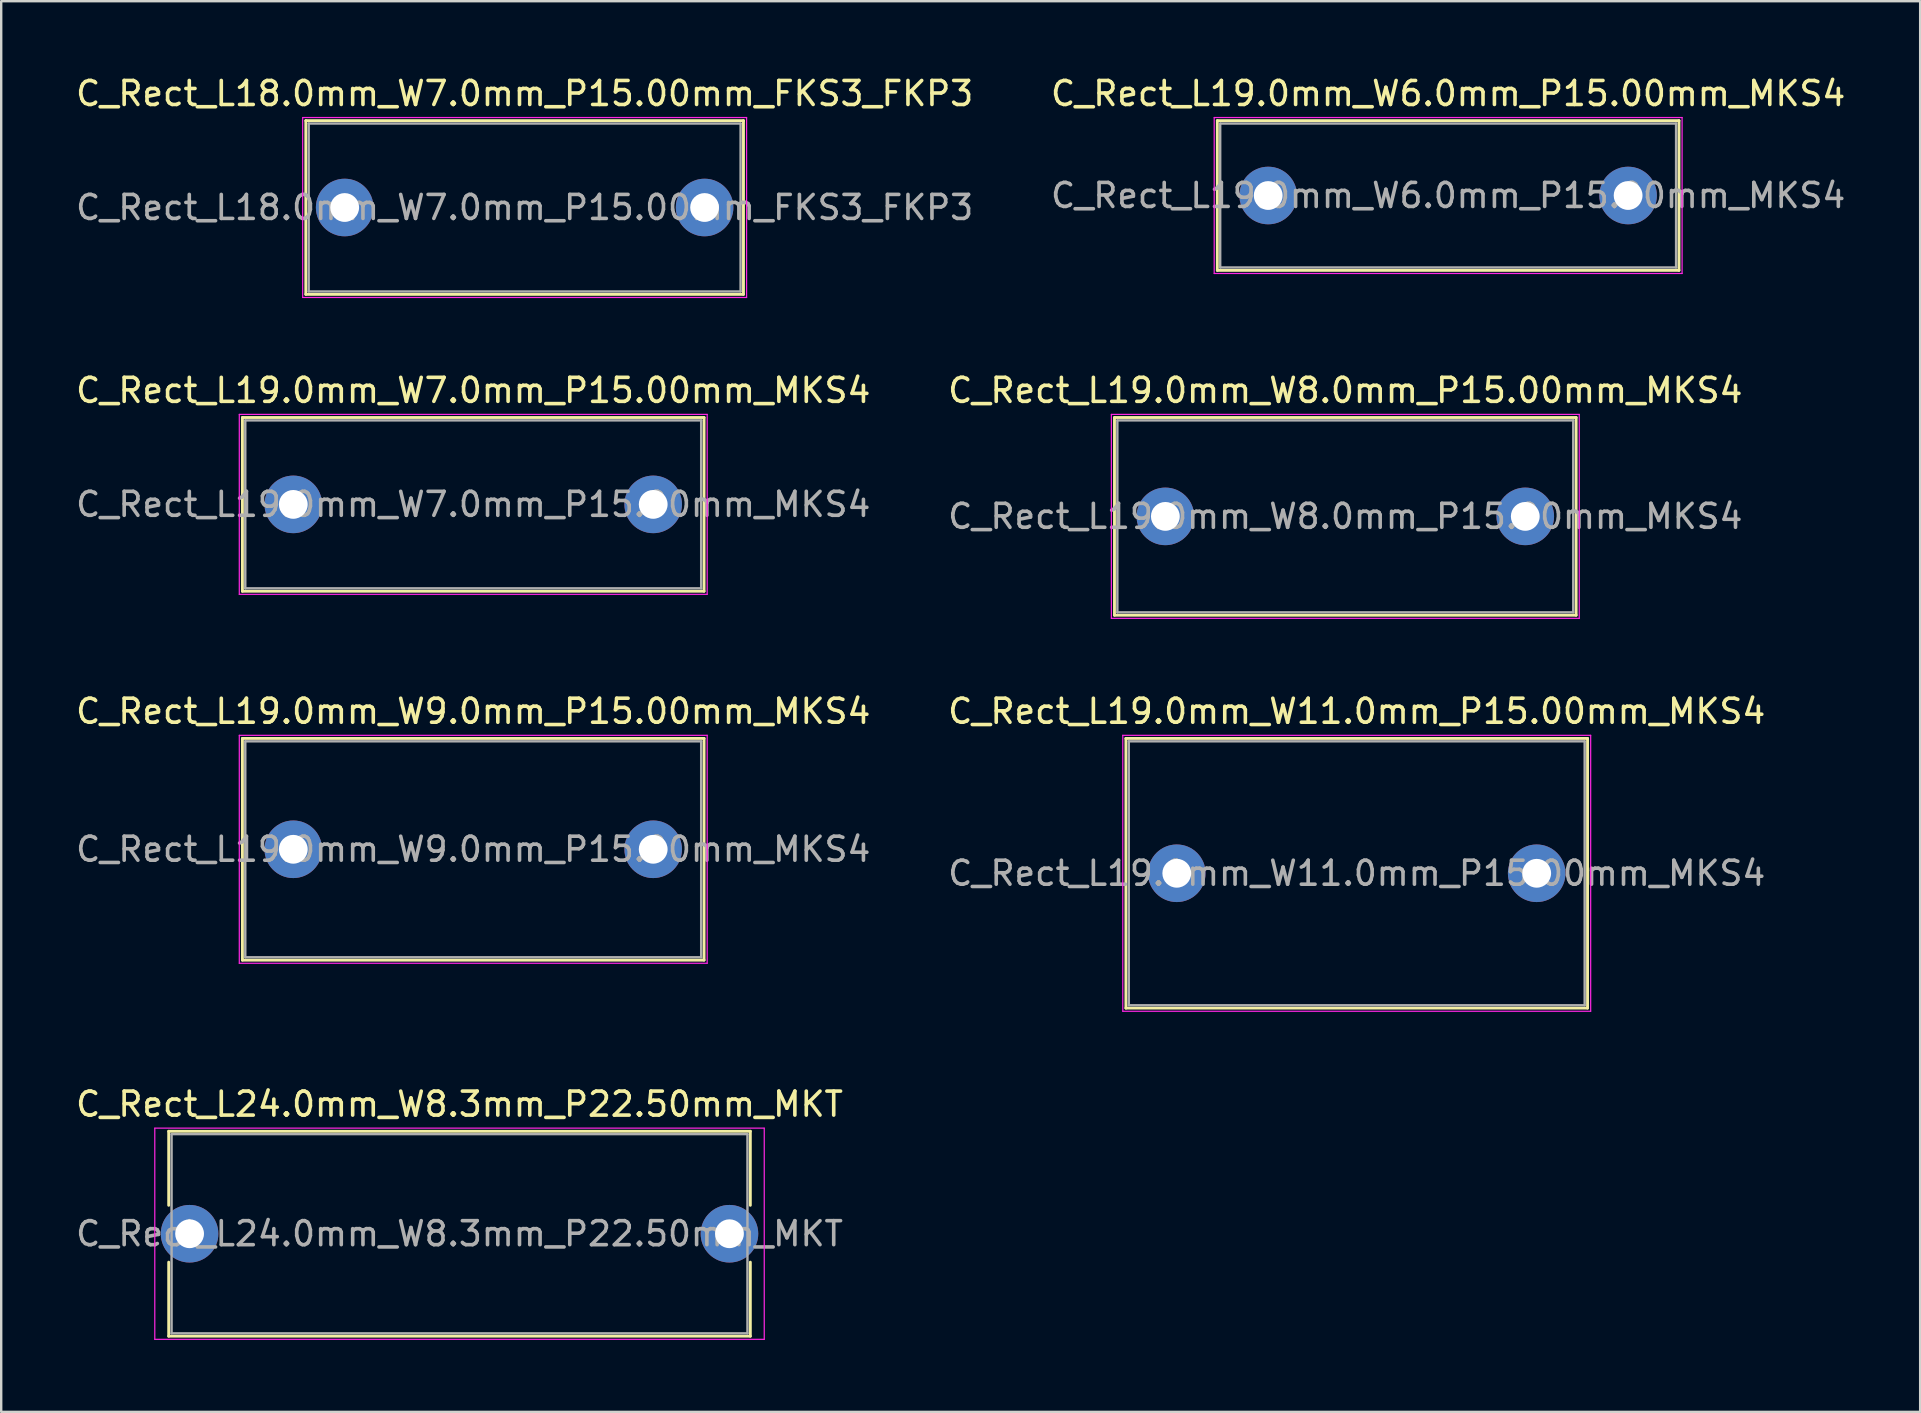
<source format=kicad_pcb>
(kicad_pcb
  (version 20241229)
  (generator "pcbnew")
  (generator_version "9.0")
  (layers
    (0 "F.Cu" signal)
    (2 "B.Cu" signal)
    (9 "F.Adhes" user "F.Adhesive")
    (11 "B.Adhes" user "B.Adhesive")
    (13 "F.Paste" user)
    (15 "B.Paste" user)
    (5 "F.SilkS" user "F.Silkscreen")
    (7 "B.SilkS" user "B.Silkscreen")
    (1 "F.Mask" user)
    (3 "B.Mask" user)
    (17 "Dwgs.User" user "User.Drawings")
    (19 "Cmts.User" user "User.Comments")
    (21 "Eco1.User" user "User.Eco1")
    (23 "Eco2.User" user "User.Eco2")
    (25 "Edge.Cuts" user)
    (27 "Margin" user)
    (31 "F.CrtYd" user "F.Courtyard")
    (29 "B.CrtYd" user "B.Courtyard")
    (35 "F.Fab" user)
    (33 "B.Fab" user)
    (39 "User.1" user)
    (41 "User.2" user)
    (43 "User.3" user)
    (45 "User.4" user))
  (footprint "C_Rect_L18.0mm_W7.0mm_P15.00mm_FKS3_FKP3"
    (layer "F.Cu")
    (at 11.315 5.598)
    (property "Reference" "C_Rect_L18.0mm_W7.0mm_P15.00mm_FKS3_FKP3" (at 7.5 -4.75 0) (layer "F.SilkS") (effects (font (size 1 1) (thickness 0.15))))
    (attr through_hole)
    (fp_line (start -1.62 -3.62) (end -1.62 3.62) (stroke (width 0.12) (type solid)) (layer "F.SilkS"))
    (fp_line (start -1.62 -3.62) (end 16.62 -3.62) (stroke (width 0.12) (type solid)) (layer "F.SilkS"))
    (fp_line (start -1.62 3.62) (end 16.62 3.62) (stroke (width 0.12) (type solid)) (layer "F.SilkS"))
    (fp_line (start 16.62 -3.62) (end 16.62 3.62) (stroke (width 0.12) (type solid)) (layer "F.SilkS"))
    (fp_line (start -1.75 -3.75) (end -1.75 3.75) (stroke (width 0.05) (type solid)) (layer "F.CrtYd"))
    (fp_line (start -1.75 3.75) (end 16.75 3.75) (stroke (width 0.05) (type solid)) (layer "F.CrtYd"))
    (fp_line (start 16.75 -3.75) (end -1.75 -3.75) (stroke (width 0.05) (type solid)) (layer "F.CrtYd"))
    (fp_line (start 16.75 3.75) (end 16.75 -3.75) (stroke (width 0.05) (type solid)) (layer "F.CrtYd"))
    (fp_line (start -1.5 -3.5) (end -1.5 3.5) (stroke (width 0.1) (type solid)) (layer "F.Fab"))
    (fp_line (start -1.5 3.5) (end 16.5 3.5) (stroke (width 0.1) (type solid)) (layer "F.Fab"))
    (fp_line (start 16.5 -3.5) (end -1.5 -3.5) (stroke (width 0.1) (type solid)) (layer "F.Fab"))
    (fp_line (start 16.5 3.5) (end 16.5 -3.5) (stroke (width 0.1) (type solid)) (layer "F.Fab"))
    (fp_text user "${REFERENCE}" (at 7.5 0 0) (layer "F.Fab") (effects (font (size 1 1) (thickness 0.15))))
    (pad "1" thru_hole circle (at 0 0) (size 2.4 2.4) (drill 1.2) (layers "*.Cu" "*.Mask"))
    (pad "2" thru_hole circle (at 15 0) (size 2.4 2.4) (drill 1.2) (layers "*.Cu" "*.Mask")))
  (footprint "C_Rect_L19.0mm_W9.0mm_P15.00mm_MKS4"
    (layer "F.Cu")
    (at 9.173 32.345)
    (property "Reference" "C_Rect_L19.0mm_W9.0mm_P15.00mm_MKS4" (at 7.5 -5.75 0) (layer "F.SilkS") (effects (font (size 1 1) (thickness 0.15))))
    (attr through_hole)
    (fp_line (start -2.12 -4.62) (end -2.12 4.62) (stroke (width 0.12) (type solid)) (layer "F.SilkS"))
    (fp_line (start -2.12 -4.62) (end 17.12 -4.62) (stroke (width 0.12) (type solid)) (layer "F.SilkS"))
    (fp_line (start -2.12 4.62) (end 17.12 4.62) (stroke (width 0.12) (type solid)) (layer "F.SilkS"))
    (fp_line (start 17.12 -4.62) (end 17.12 4.62) (stroke (width 0.12) (type solid)) (layer "F.SilkS"))
    (fp_line (start -2.25 -4.75) (end -2.25 4.75) (stroke (width 0.05) (type solid)) (layer "F.CrtYd"))
    (fp_line (start -2.25 4.75) (end 17.25 4.75) (stroke (width 0.05) (type solid)) (layer "F.CrtYd"))
    (fp_line (start 17.25 -4.75) (end -2.25 -4.75) (stroke (width 0.05) (type solid)) (layer "F.CrtYd"))
    (fp_line (start 17.25 4.75) (end 17.25 -4.75) (stroke (width 0.05) (type solid)) (layer "F.CrtYd"))
    (fp_line (start -2 -4.5) (end -2 4.5) (stroke (width 0.1) (type solid)) (layer "F.Fab"))
    (fp_line (start -2 4.5) (end 17 4.5) (stroke (width 0.1) (type solid)) (layer "F.Fab"))
    (fp_line (start 17 -4.5) (end -2 -4.5) (stroke (width 0.1) (type solid)) (layer "F.Fab"))
    (fp_line (start 17 4.5) (end 17 -4.5) (stroke (width 0.1) (type solid)) (layer "F.Fab"))
    (fp_text user "${REFERENCE}" (at 7.5 0 0) (layer "F.Fab") (effects (font (size 1 1) (thickness 0.15))))
    (pad "1" thru_hole circle (at 0 0) (size 2.4 2.4) (drill 1.2) (layers "*.Cu" "*.Mask"))
    (pad "2" thru_hole circle (at 15 0) (size 2.4 2.4) (drill 1.2) (layers "*.Cu" "*.Mask")))
  (footprint "C_Rect_L19.0mm_W11.0mm_P15.00mm_MKS4"
    (layer "F.Cu")
    (at 45.994 33.345)
    (property "Reference" "C_Rect_L19.0mm_W11.0mm_P15.00mm_MKS4" (at 7.5 -6.75 0) (layer "F.SilkS") (effects (font (size 1 1) (thickness 0.15))))
    (attr through_hole)
    (fp_line (start -2.12 -5.62) (end -2.12 5.62) (stroke (width 0.12) (type solid)) (layer "F.SilkS"))
    (fp_line (start -2.12 -5.62) (end 17.12 -5.62) (stroke (width 0.12) (type solid)) (layer "F.SilkS"))
    (fp_line (start -2.12 5.62) (end 17.12 5.62) (stroke (width 0.12) (type solid)) (layer "F.SilkS"))
    (fp_line (start 17.12 -5.62) (end 17.12 5.62) (stroke (width 0.12) (type solid)) (layer "F.SilkS"))
    (fp_line (start -2.25 -5.75) (end -2.25 5.75) (stroke (width 0.05) (type solid)) (layer "F.CrtYd"))
    (fp_line (start -2.25 5.75) (end 17.25 5.75) (stroke (width 0.05) (type solid)) (layer "F.CrtYd"))
    (fp_line (start 17.25 -5.75) (end -2.25 -5.75) (stroke (width 0.05) (type solid)) (layer "F.CrtYd"))
    (fp_line (start 17.25 5.75) (end 17.25 -5.75) (stroke (width 0.05) (type solid)) (layer "F.CrtYd"))
    (fp_line (start -2 -5.5) (end -2 5.5) (stroke (width 0.1) (type solid)) (layer "F.Fab"))
    (fp_line (start -2 5.5) (end 17 5.5) (stroke (width 0.1) (type solid)) (layer "F.Fab"))
    (fp_line (start 17 -5.5) (end -2 -5.5) (stroke (width 0.1) (type solid)) (layer "F.Fab"))
    (fp_line (start 17 5.5) (end 17 -5.5) (stroke (width 0.1) (type solid)) (layer "F.Fab"))
    (fp_text user "${REFERENCE}" (at 7.5 0 0) (layer "F.Fab") (effects (font (size 1 1) (thickness 0.15))))
    (pad "1" thru_hole circle (at 0 0) (size 2.4 2.4) (drill 1.2) (layers "*.Cu" "*.Mask"))
    (pad "2" thru_hole circle (at 15 0) (size 2.4 2.4) (drill 1.2) (layers "*.Cu" "*.Mask")))
  (footprint "C_Rect_L24.0mm_W8.3mm_P22.50mm_MKT"
    (layer "F.Cu")
    (at 4.851 48.368)
    (property "Reference" "C_Rect_L24.0mm_W8.3mm_P22.50mm_MKT" (at 11.25 -5.4 0) (layer "F.SilkS") (effects (font (size 1 1) (thickness 0.15))))
    (attr through_hole)
    (fp_line (start -0.87 -4.27) (end -0.87 -1.185) (stroke (width 0.12) (type solid)) (layer "F.SilkS"))
    (fp_line (start -0.87 -4.27) (end 23.37 -4.27) (stroke (width 0.12) (type solid)) (layer "F.SilkS"))
    (fp_line (start -0.87 1.185) (end -0.87 4.27) (stroke (width 0.12) (type solid)) (layer "F.SilkS"))
    (fp_line (start -0.87 4.27) (end 23.37 4.27) (stroke (width 0.12) (type solid)) (layer "F.SilkS"))
    (fp_line (start 23.37 -4.27) (end 23.37 -1.185) (stroke (width 0.12) (type solid)) (layer "F.SilkS"))
    (fp_line (start 23.37 1.185) (end 23.37 4.27) (stroke (width 0.12) (type solid)) (layer "F.SilkS"))
    (fp_line (start -1.45 -4.4) (end -1.45 4.4) (stroke (width 0.05) (type solid)) (layer "F.CrtYd"))
    (fp_line (start -1.45 4.4) (end 23.95 4.4) (stroke (width 0.05) (type solid)) (layer "F.CrtYd"))
    (fp_line (start 23.95 -4.4) (end -1.45 -4.4) (stroke (width 0.05) (type solid)) (layer "F.CrtYd"))
    (fp_line (start 23.95 4.4) (end 23.95 -4.4) (stroke (width 0.05) (type solid)) (layer "F.CrtYd"))
    (fp_line (start -0.75 -4.15) (end -0.75 4.15) (stroke (width 0.1) (type solid)) (layer "F.Fab"))
    (fp_line (start -0.75 4.15) (end 23.25 4.15) (stroke (width 0.1) (type solid)) (layer "F.Fab"))
    (fp_line (start 23.25 -4.15) (end -0.75 -4.15) (stroke (width 0.1) (type solid)) (layer "F.Fab"))
    (fp_line (start 23.25 4.15) (end 23.25 -4.15) (stroke (width 0.1) (type solid)) (layer "F.Fab"))
    (fp_text user "${REFERENCE}" (at 11.25 0 0) (layer "F.Fab") (effects (font (size 1 1) (thickness 0.15))))
    (pad "1" thru_hole circle (at 0 0) (size 2.4 2.4) (drill 1.2) (layers "*.Cu" "*.Mask"))
    (pad "2" thru_hole circle (at 22.5 0) (size 2.4 2.4) (drill 1.2) (layers "*.Cu" "*.Mask")))
  (footprint "C_Rect_L19.0mm_W6.0mm_P15.00mm_MKS4"
    (layer "F.Cu")
    (at 49.804 5.098)
    (property "Reference" "C_Rect_L19.0mm_W6.0mm_P15.00mm_MKS4" (at 7.5 -4.25 0) (layer "F.SilkS") (effects (font (size 1 1) (thickness 0.15))))
    (attr through_hole)
    (fp_line (start -2.12 -3.12) (end -2.12 3.12) (stroke (width 0.12) (type solid)) (layer "F.SilkS"))
    (fp_line (start -2.12 -3.12) (end 17.12 -3.12) (stroke (width 0.12) (type solid)) (layer "F.SilkS"))
    (fp_line (start -2.12 3.12) (end 17.12 3.12) (stroke (width 0.12) (type solid)) (layer "F.SilkS"))
    (fp_line (start 17.12 -3.12) (end 17.12 3.12) (stroke (width 0.12) (type solid)) (layer "F.SilkS"))
    (fp_line (start -2.25 -3.25) (end -2.25 3.25) (stroke (width 0.05) (type solid)) (layer "F.CrtYd"))
    (fp_line (start -2.25 3.25) (end 17.25 3.25) (stroke (width 0.05) (type solid)) (layer "F.CrtYd"))
    (fp_line (start 17.25 -3.25) (end -2.25 -3.25) (stroke (width 0.05) (type solid)) (layer "F.CrtYd"))
    (fp_line (start 17.25 3.25) (end 17.25 -3.25) (stroke (width 0.05) (type solid)) (layer "F.CrtYd"))
    (fp_line (start -2 -3) (end -2 3) (stroke (width 0.1) (type solid)) (layer "F.Fab"))
    (fp_line (start -2 3) (end 17 3) (stroke (width 0.1) (type solid)) (layer "F.Fab"))
    (fp_line (start 17 -3) (end -2 -3) (stroke (width 0.1) (type solid)) (layer "F.Fab"))
    (fp_line (start 17 3) (end 17 -3) (stroke (width 0.1) (type solid)) (layer "F.Fab"))
    (fp_text user "${REFERENCE}" (at 7.5 0 0) (layer "F.Fab") (effects (font (size 1 1) (thickness 0.15))))
    (pad "1" thru_hole circle (at 0 0) (size 2.4 2.4) (drill 1.2) (layers "*.Cu" "*.Mask"))
    (pad "2" thru_hole circle (at 15 0) (size 2.4 2.4) (drill 1.2) (layers "*.Cu" "*.Mask")))
  (footprint "C_Rect_L19.0mm_W7.0mm_P15.00mm_MKS4"
    (layer "F.Cu")
    (at 9.173 17.971)
    (property "Reference" "C_Rect_L19.0mm_W7.0mm_P15.00mm_MKS4" (at 7.5 -4.75 0) (layer "F.SilkS") (effects (font (size 1 1) (thickness 0.15))))
    (attr through_hole)
    (fp_line (start -2.12 -3.62) (end -2.12 3.62) (stroke (width 0.12) (type solid)) (layer "F.SilkS"))
    (fp_line (start -2.12 -3.62) (end 17.12 -3.62) (stroke (width 0.12) (type solid)) (layer "F.SilkS"))
    (fp_line (start -2.12 3.62) (end 17.12 3.62) (stroke (width 0.12) (type solid)) (layer "F.SilkS"))
    (fp_line (start 17.12 -3.62) (end 17.12 3.62) (stroke (width 0.12) (type solid)) (layer "F.SilkS"))
    (fp_line (start -2.25 -3.75) (end -2.25 3.75) (stroke (width 0.05) (type solid)) (layer "F.CrtYd"))
    (fp_line (start -2.25 3.75) (end 17.25 3.75) (stroke (width 0.05) (type solid)) (layer "F.CrtYd"))
    (fp_line (start 17.25 -3.75) (end -2.25 -3.75) (stroke (width 0.05) (type solid)) (layer "F.CrtYd"))
    (fp_line (start 17.25 3.75) (end 17.25 -3.75) (stroke (width 0.05) (type solid)) (layer "F.CrtYd"))
    (fp_line (start -2 -3.5) (end -2 3.5) (stroke (width 0.1) (type solid)) (layer "F.Fab"))
    (fp_line (start -2 3.5) (end 17 3.5) (stroke (width 0.1) (type solid)) (layer "F.Fab"))
    (fp_line (start 17 -3.5) (end -2 -3.5) (stroke (width 0.1) (type solid)) (layer "F.Fab"))
    (fp_line (start 17 3.5) (end 17 -3.5) (stroke (width 0.1) (type solid)) (layer "F.Fab"))
    (fp_text user "${REFERENCE}" (at 7.5 0 0) (layer "F.Fab") (effects (font (size 1 1) (thickness 0.15))))
    (pad "1" thru_hole circle (at 0 0) (size 2.4 2.4) (drill 1.2) (layers "*.Cu" "*.Mask"))
    (pad "2" thru_hole circle (at 15 0) (size 2.4 2.4) (drill 1.2) (layers "*.Cu" "*.Mask")))
  (footprint "C_Rect_L19.0mm_W8.0mm_P15.00mm_MKS4"
    (layer "F.Cu")
    (at 45.518 18.471)
    (property "Reference" "C_Rect_L19.0mm_W8.0mm_P15.00mm_MKS4" (at 7.5 -5.25 0) (layer "F.SilkS") (effects (font (size 1 1) (thickness 0.15))))
    (attr through_hole)
    (fp_line (start -2.12 -4.12) (end -2.12 4.12) (stroke (width 0.12) (type solid)) (layer "F.SilkS"))
    (fp_line (start -2.12 -4.12) (end 17.12 -4.12) (stroke (width 0.12) (type solid)) (layer "F.SilkS"))
    (fp_line (start -2.12 4.12) (end 17.12 4.12) (stroke (width 0.12) (type solid)) (layer "F.SilkS"))
    (fp_line (start 17.12 -4.12) (end 17.12 4.12) (stroke (width 0.12) (type solid)) (layer "F.SilkS"))
    (fp_line (start -2.25 -4.25) (end -2.25 4.25) (stroke (width 0.05) (type solid)) (layer "F.CrtYd"))
    (fp_line (start -2.25 4.25) (end 17.25 4.25) (stroke (width 0.05) (type solid)) (layer "F.CrtYd"))
    (fp_line (start 17.25 -4.25) (end -2.25 -4.25) (stroke (width 0.05) (type solid)) (layer "F.CrtYd"))
    (fp_line (start 17.25 4.25) (end 17.25 -4.25) (stroke (width 0.05) (type solid)) (layer "F.CrtYd"))
    (fp_line (start -2 -4) (end -2 4) (stroke (width 0.1) (type solid)) (layer "F.Fab"))
    (fp_line (start -2 4) (end 17 4) (stroke (width 0.1) (type solid)) (layer "F.Fab"))
    (fp_line (start 17 -4) (end -2 -4) (stroke (width 0.1) (type solid)) (layer "F.Fab"))
    (fp_line (start 17 4) (end 17 -4) (stroke (width 0.1) (type solid)) (layer "F.Fab"))
    (fp_text user "${REFERENCE}" (at 7.5 0 0) (layer "F.Fab") (effects (font (size 1 1) (thickness 0.15))))
    (pad "1" thru_hole circle (at 0 0) (size 2.4 2.4) (drill 1.2) (layers "*.Cu" "*.Mask"))
    (pad "2" thru_hole circle (at 15 0) (size 2.4 2.4) (drill 1.2) (layers "*.Cu" "*.Mask")))
  (gr_rect
    (start -3 -3)
    (end 76.976 55.793)
    (stroke (width 0.1) (type default))
    (fill no)
    (layer "Edge.Cuts")))
</source>
